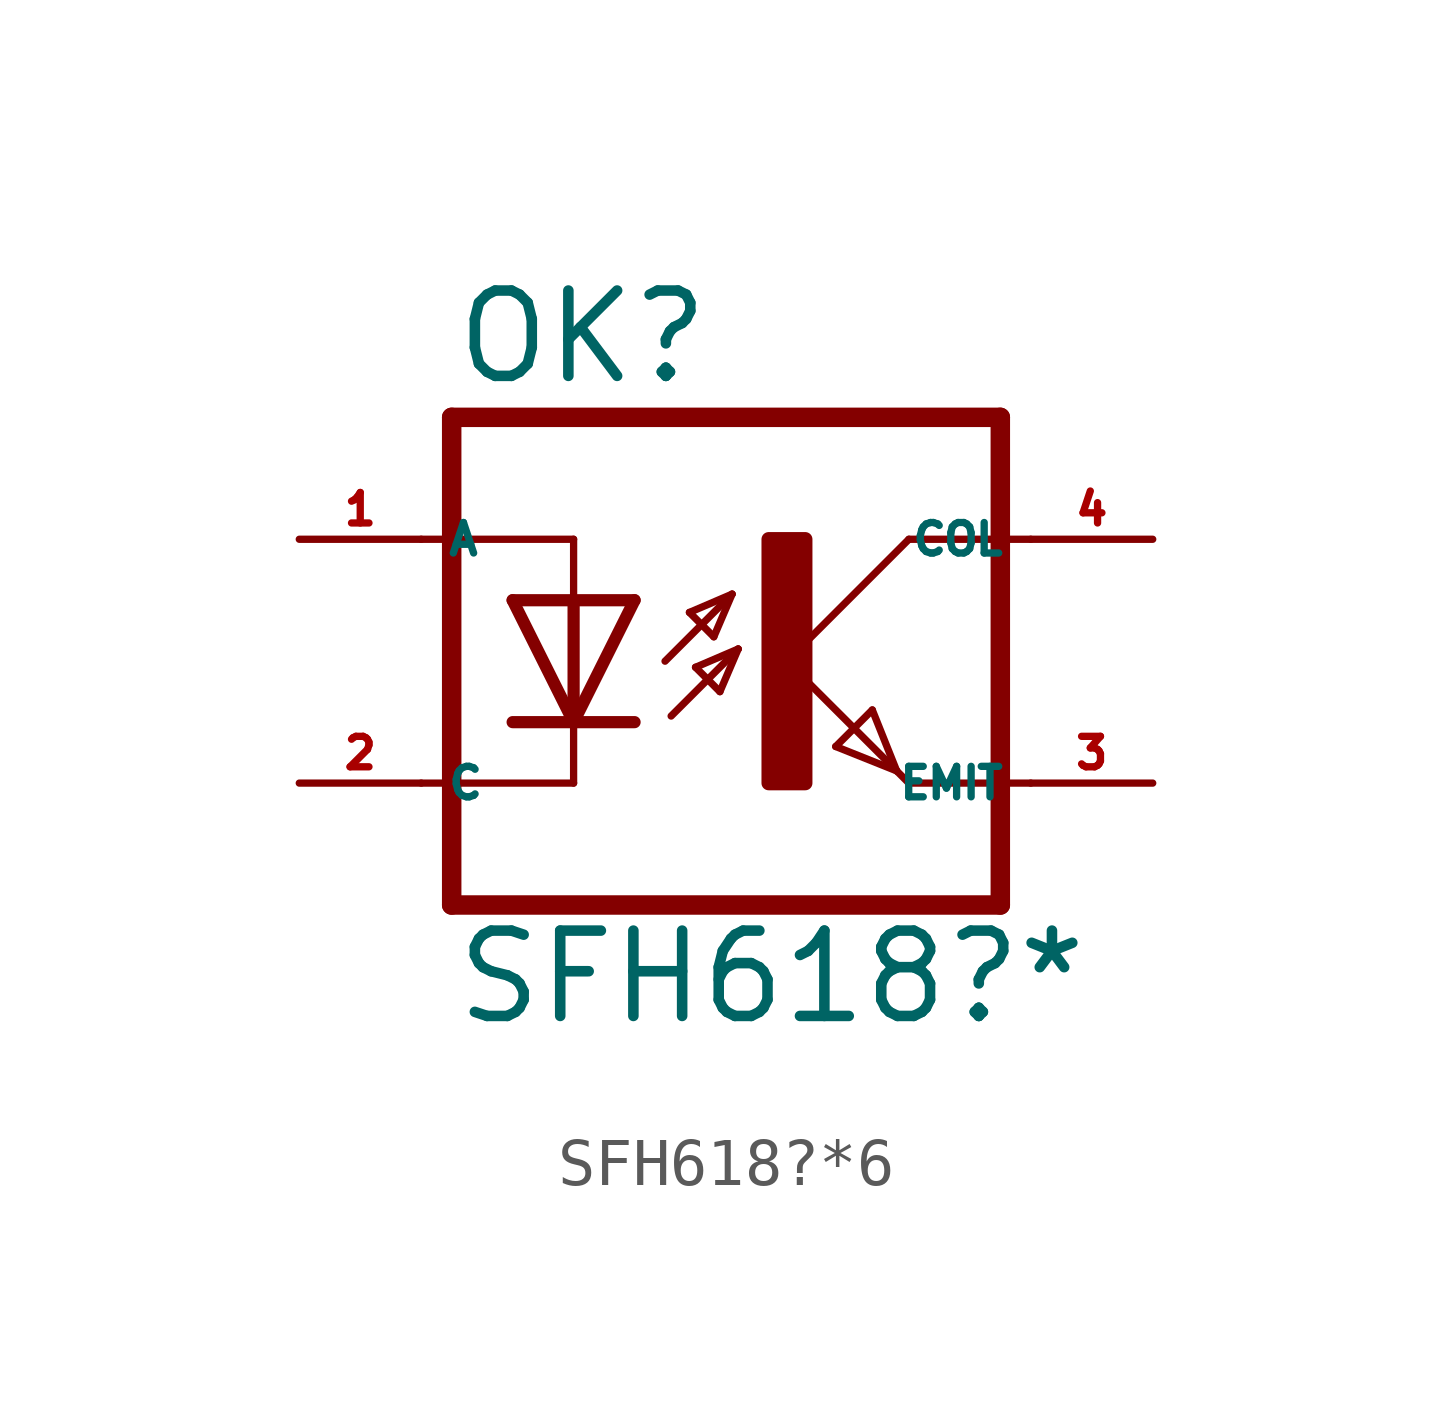
<source format=kicad_sym>
(kicad_symbol_lib
  (version 20220914)
  (generator kicad_symbol_editor)
  (symbol "SFH618?*6"
    (property "Reference" "OK"
      (at -6.985 5.715 0)
      (effects (font (size 1.778 1.778) (thickness 0.22)) (justify left bottom)))
    (property "Value" "SFH618?*"
      (at -6.985 -7.62 0)
      (effects (font (size 1.778 1.778) (thickness 0.22)) (justify left bottom)))
    (symbol "SFH618?*6_1_1"
      (rectangle (start -0.381 -2.54) (end 0.381 2.54) (stroke (width 0.3) (type default)) (fill (type outline)))
      (polyline (pts (xy -6.985 -5.08) (xy 4.445 -5.08)) (stroke (width 0.406) (type default)) (fill (type none)))
      (polyline (pts (xy -6.985 5.08) (xy -6.985 -5.08)) (stroke (width 0.406) (type default)) (fill (type none)))
      (polyline (pts (xy -6.985 5.08) (xy 4.445 5.08)) (stroke (width 0.406) (type default)) (fill (type none)))
      (polyline (pts (xy -4.445 -2.54) (xy -7.62 -2.54)) (stroke (width 0.152) (type default)) (fill (type none)))
      (polyline (pts (xy -4.445 -1.27) (xy -5.715 -1.27)) (stroke (width 0.254) (type default)) (fill (type none)))
      (polyline (pts (xy -4.445 -1.27) (xy -5.715 1.27)) (stroke (width 0.254) (type default)) (fill (type none)))
      (polyline (pts (xy -4.445 -1.27) (xy -4.445 -2.54)) (stroke (width 0.152) (type default)) (fill (type none)))
      (polyline (pts (xy -4.445 1.27) (xy -5.715 1.27)) (stroke (width 0.254) (type default)) (fill (type none)))
      (polyline (pts (xy -4.445 1.27) (xy -4.445 -1.27)) (stroke (width 0.254) (type default)) (fill (type none)))
      (polyline (pts (xy -4.445 2.54) (xy -7.62 2.54)) (stroke (width 0.152) (type default)) (fill (type none)))
      (polyline (pts (xy -4.445 2.54) (xy -4.445 1.27)) (stroke (width 0.152) (type default)) (fill (type none)))
      (polyline (pts (xy -3.175 -1.27) (xy -4.445 -1.27)) (stroke (width 0.254) (type default)) (fill (type none)))
      (polyline (pts (xy -3.175 1.27) (xy -4.445 -1.27)) (stroke (width 0.254) (type default)) (fill (type none)))
      (polyline (pts (xy -3.175 1.27) (xy -4.445 1.27)) (stroke (width 0.254) (type default)) (fill (type none)))
      (polyline (pts (xy -2.54 0) (xy -1.143 1.397)) (stroke (width 0.152) (type default)) (fill (type none)))
      (polyline (pts (xy -2.413 -1.143) (xy -1.016 0.254)) (stroke (width 0.152) (type default)) (fill (type none)))
      (polyline (pts (xy -2.032 1.016) (xy -1.524 0.508)) (stroke (width 0.152) (type default)) (fill (type none)))
      (polyline (pts (xy -1.905 -0.127) (xy -1.397 -0.635)) (stroke (width 0.152) (type default)) (fill (type none)))
      (polyline (pts (xy -1.524 0.508) (xy -1.143 1.397)) (stroke (width 0.152) (type default)) (fill (type none)))
      (polyline (pts (xy -1.397 -0.635) (xy -1.016 0.254)) (stroke (width 0.152) (type default)) (fill (type none)))
      (polyline (pts (xy -1.143 1.397) (xy -2.032 1.016)) (stroke (width 0.152) (type default)) (fill (type none)))
      (polyline (pts (xy -1.016 0.254) (xy -1.905 -0.127)) (stroke (width 0.152) (type default)) (fill (type none)))
      (polyline (pts (xy 0 0) (xy 2.286 -2.286)) (stroke (width 0.152) (type default)) (fill (type none)))
      (polyline (pts (xy 1.016 -1.778) (xy 1.778 -1.016)) (stroke (width 0.152) (type default)) (fill (type none)))
      (polyline (pts (xy 1.778 -1.016) (xy 2.286 -2.286)) (stroke (width 0.152) (type default)) (fill (type none)))
      (polyline (pts (xy 2.286 -2.286) (xy 1.016 -1.778)) (stroke (width 0.152) (type default)) (fill (type none)))
      (polyline (pts (xy 2.286 -2.286) (xy 2.54 -2.54)) (stroke (width 0.152) (type default)) (fill (type none)))
      (polyline (pts (xy 2.54 -2.54) (xy 5.08 -2.54)) (stroke (width 0.152) (type default)) (fill (type none)))
      (polyline (pts (xy 2.54 2.54) (xy 0 0)) (stroke (width 0.152) (type default)) (fill (type none)))
      (polyline (pts (xy 2.54 2.54) (xy 5.08 2.54)) (stroke (width 0.152) (type default)) (fill (type none)))
      (polyline (pts (xy 4.445 5.08) (xy 4.445 -5.08)) (stroke (width 0.406) (type default)) (fill (type none)))
      (pin passive line (at -10.16 2.54 0) (length 2.54) (name "A" (effects (font (size 0.635 0.635)))) (number "1" (effects (font (size 0.635 0.635)))))
      (pin passive line (at -10.16 -2.54 0) (length 2.54) (name "C" (effects (font (size 0.635 0.635)))) (number "2" (effects (font (size 0.635 0.635)))))
      (pin passive line (at 7.62 -2.54 180) (length 2.54) (name "EMIT" (effects (font (size 0.635 0.635)))) (number "3" (effects (font (size 0.635 0.635)))))
      (pin passive line (at 7.62 2.54 180) (length 2.54) (name "COL" (effects (font (size 0.635 0.635)))) (number "4" (effects (font (size 0.635 0.635))))))))
</source>
